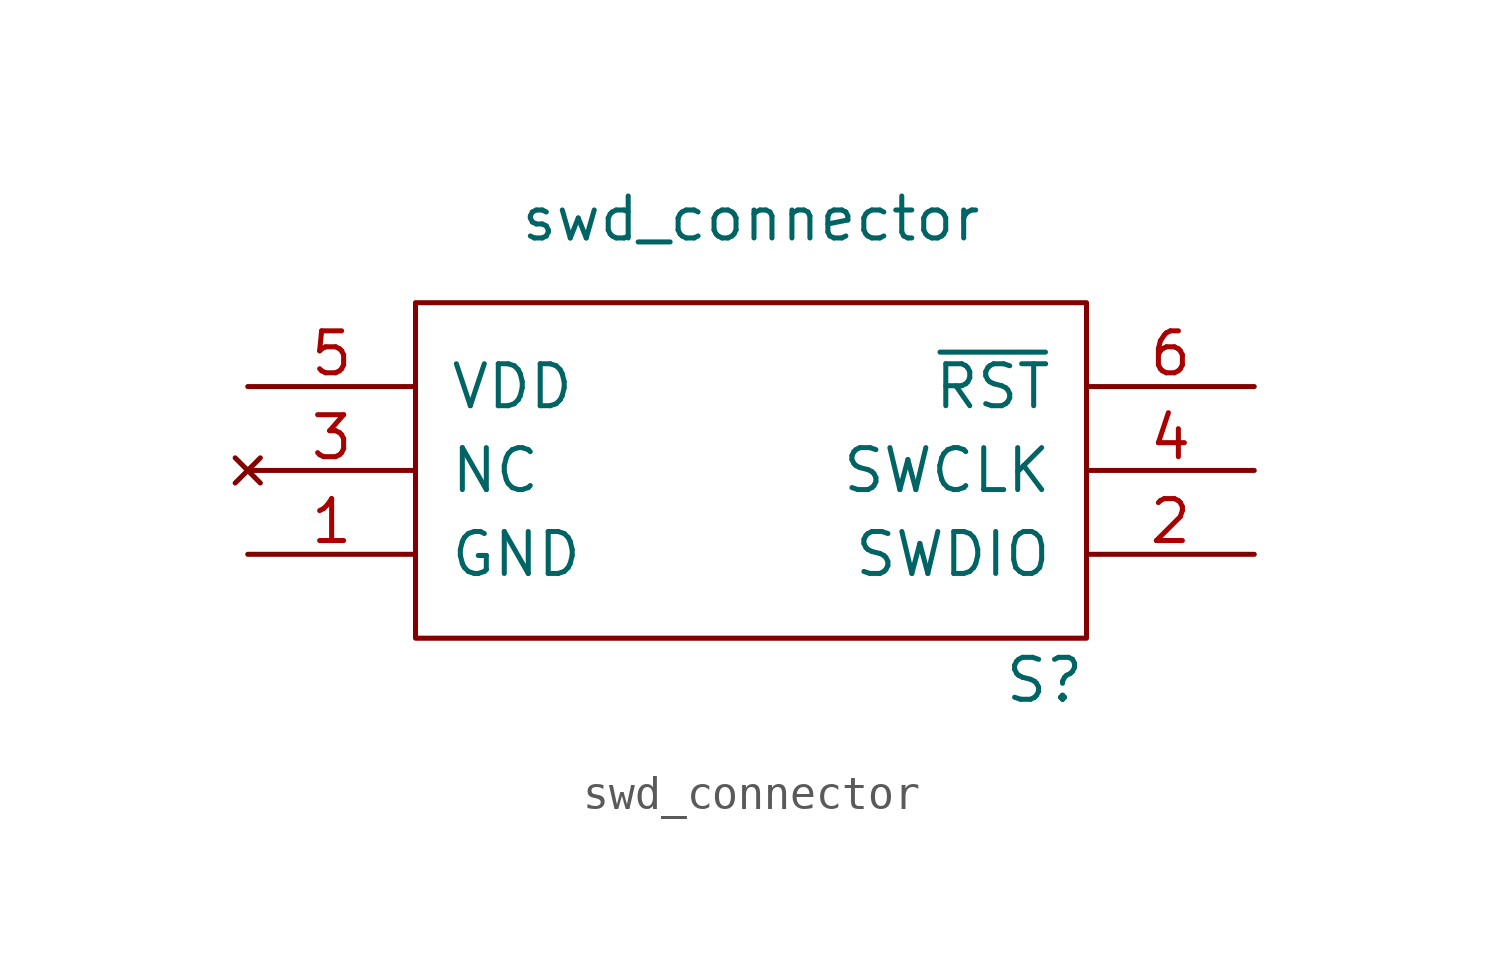
<source format=kicad_sym>
(kicad_symbol_lib
  (version 20211014)
  (generator kicad_symbol_editor)
  (symbol "swd_connector"
    (pin_names
      (offset 1.016))
    (property "Reference" "S"
      (at 8.89 -6.35 0)
      (effects (font (size 1.27 1.27))))
    (property "Value" "swd_connector"
      (at 0 7.62 0)
      (effects (font (size 1.27 1.27))))
    (symbol "swd_connector_0_0"
      (pin power_out line (at -15.24 -2.54 0) (length 5.08) (name "GND" (effects (font (size 1.27 1.27)))) (number "1" (effects (font (size 1.27 1.27)))))
      (pin bidirectional line (at 15.24 -2.54 180) (length 5.08) (name "SWDIO" (effects (font (size 1.27 1.27)))) (number "2" (effects (font (size 1.27 1.27)))))
      (pin no_connect line (at -15.24 0 0) (length 5.08) (name "NC" (effects (font (size 1.27 1.27)))) (number "3" (effects (font (size 1.27 1.27)))))
      (pin output line (at 15.24 0 180) (length 5.08) (name "SWCLK" (effects (font (size 1.27 1.27)))) (number "4" (effects (font (size 1.27 1.27)))))
      (pin power_out line (at -15.24 2.54 0) (length 5.08) (name "VDD" (effects (font (size 1.27 1.27)))) (number "5" (effects (font (size 1.27 1.27)))))
      (pin output line (at 15.24 2.54 180) (length 5.08) (name "~{RST}" (effects (font (size 1.27 1.27)))) (number "6" (effects (font (size 1.27 1.27))))))
    (symbol "swd_connector_0_1"
      (rectangle (start -10.16 5.08) (end 10.16 -5.08) (stroke (width 0) (type default) (color 0 0 0 0)) (fill (type none))))))
</source>
